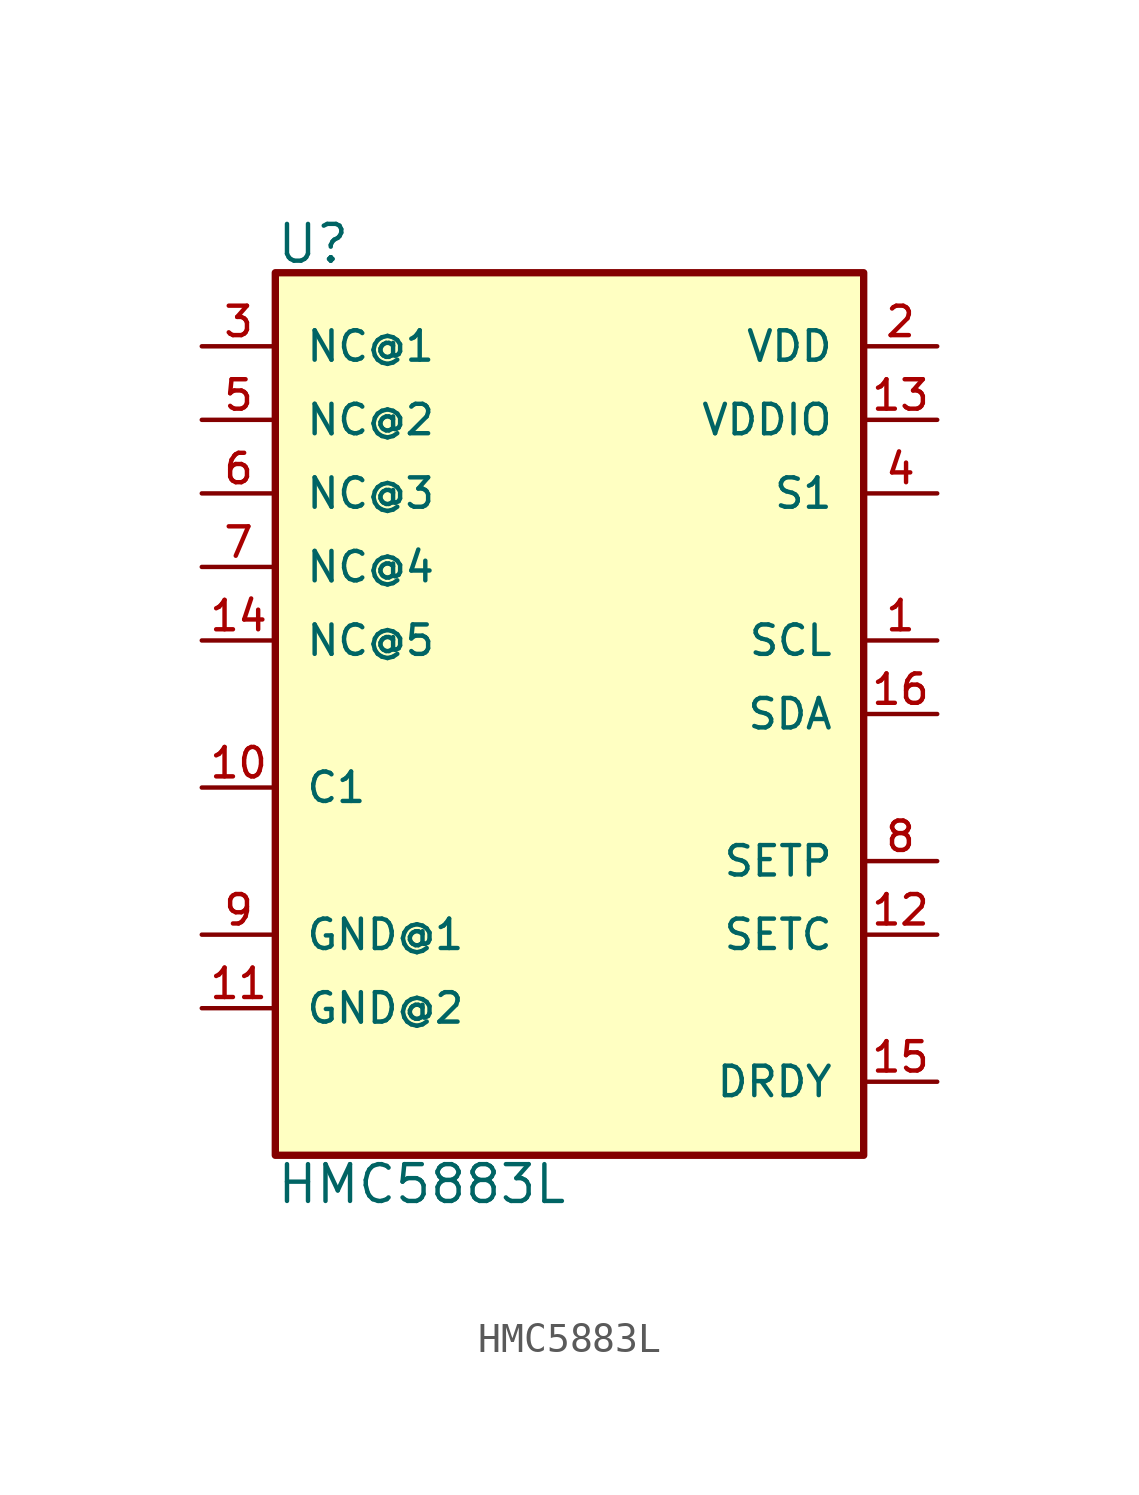
<source format=kicad_sym>
(kicad_symbol_lib
  (version 20211014)
  (generator kicad_symbol_editor)
  (symbol "HMC5883L"
    (pin_names
      (offset 1.016))
    (property "Reference" "U"
      (at -10.16 15.494 0)
      (effects (font (size 1.27 1.27)) (justify bottom left)))
    (property "Value" "HMC5883L"
      (at -10.16 -15.494 0)
      (effects (font (size 1.27 1.27)) (justify top left)))
    (symbol "HMC5883L_0_0"
      (rectangle (start -10.16 -15.24) (end 10.16 15.24) (stroke (width 0.254)) (fill (type background)))
      (pin bidirectional line (at 12.7 2.54 180.0) (length 2.54) (name "SCL" (effects (font (size 1.016 1.016)))) (number "1" (effects (font (size 1.016 1.016)))))
      (pin bidirectional line (at 12.7 12.7 180.0) (length 2.54) (name "VDD" (effects (font (size 1.016 1.016)))) (number "2" (effects (font (size 1.016 1.016)))))
      (pin bidirectional line (at -12.7 12.7 0) (length 2.54) (name "NC@1" (effects (font (size 1.016 1.016)))) (number "3" (effects (font (size 1.016 1.016)))))
      (pin bidirectional line (at 12.7 7.62 180.0) (length 2.54) (name "S1" (effects (font (size 1.016 1.016)))) (number "4" (effects (font (size 1.016 1.016)))))
      (pin bidirectional line (at -12.7 10.16 0) (length 2.54) (name "NC@2" (effects (font (size 1.016 1.016)))) (number "5" (effects (font (size 1.016 1.016)))))
      (pin bidirectional line (at -12.7 7.62 0) (length 2.54) (name "NC@3" (effects (font (size 1.016 1.016)))) (number "6" (effects (font (size 1.016 1.016)))))
      (pin bidirectional line (at -12.7 5.08 0) (length 2.54) (name "NC@4" (effects (font (size 1.016 1.016)))) (number "7" (effects (font (size 1.016 1.016)))))
      (pin bidirectional line (at 12.7 -5.08 180.0) (length 2.54) (name "SETP" (effects (font (size 1.016 1.016)))) (number "8" (effects (font (size 1.016 1.016)))))
      (pin bidirectional line (at -12.7 -7.62 0) (length 2.54) (name "GND@1" (effects (font (size 1.016 1.016)))) (number "9" (effects (font (size 1.016 1.016)))))
      (pin bidirectional line (at -12.7 -2.54 0) (length 2.54) (name "C1" (effects (font (size 1.016 1.016)))) (number "10" (effects (font (size 1.016 1.016)))))
      (pin bidirectional line (at -12.7 -10.16 0) (length 2.54) (name "GND@2" (effects (font (size 1.016 1.016)))) (number "11" (effects (font (size 1.016 1.016)))))
      (pin bidirectional line (at 12.7 -7.62 180.0) (length 2.54) (name "SETC" (effects (font (size 1.016 1.016)))) (number "12" (effects (font (size 1.016 1.016)))))
      (pin bidirectional line (at 12.7 10.16 180.0) (length 2.54) (name "VDDIO" (effects (font (size 1.016 1.016)))) (number "13" (effects (font (size 1.016 1.016)))))
      (pin bidirectional line (at -12.7 2.54 0) (length 2.54) (name "NC@5" (effects (font (size 1.016 1.016)))) (number "14" (effects (font (size 1.016 1.016)))))
      (pin bidirectional line (at 12.7 -12.7 180.0) (length 2.54) (name "DRDY" (effects (font (size 1.016 1.016)))) (number "15" (effects (font (size 1.016 1.016)))))
      (pin bidirectional line (at 12.7 0.0 180.0) (length 2.54) (name "SDA" (effects (font (size 1.016 1.016)))) (number "16" (effects (font (size 1.016 1.016))))))))
</source>
